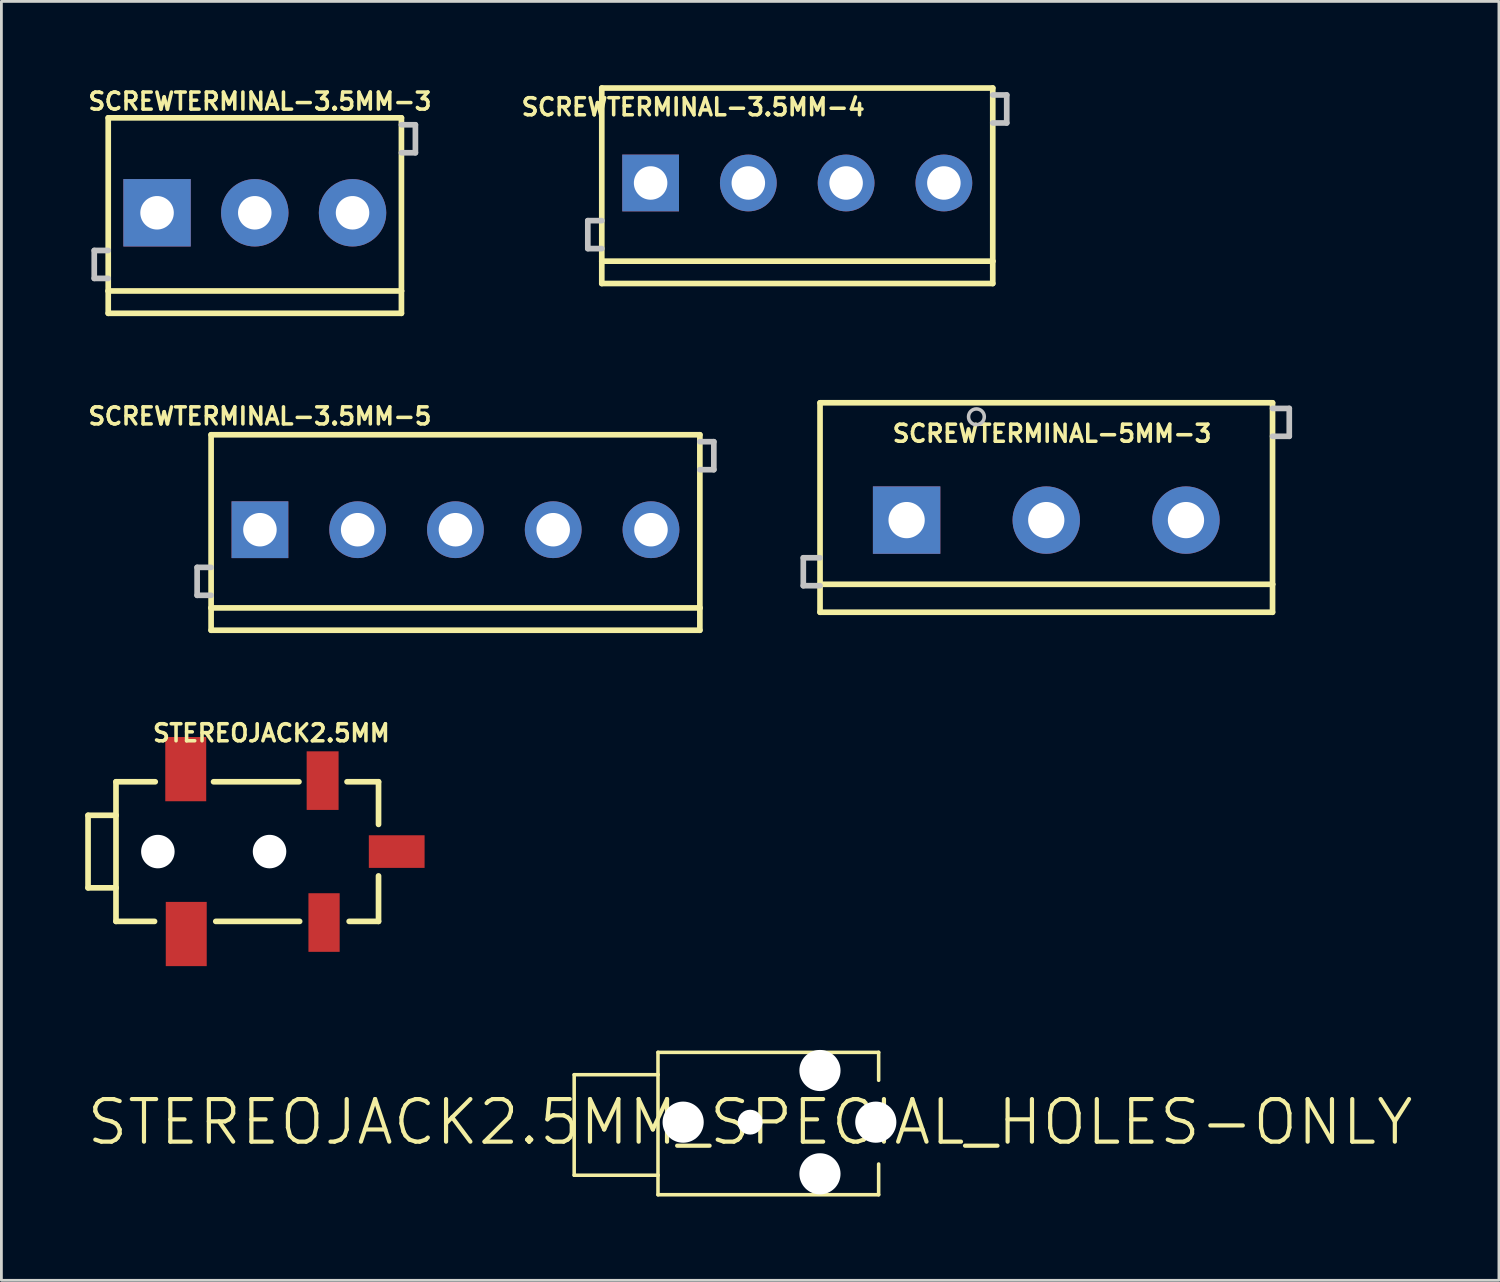
<source format=kicad_pcb>
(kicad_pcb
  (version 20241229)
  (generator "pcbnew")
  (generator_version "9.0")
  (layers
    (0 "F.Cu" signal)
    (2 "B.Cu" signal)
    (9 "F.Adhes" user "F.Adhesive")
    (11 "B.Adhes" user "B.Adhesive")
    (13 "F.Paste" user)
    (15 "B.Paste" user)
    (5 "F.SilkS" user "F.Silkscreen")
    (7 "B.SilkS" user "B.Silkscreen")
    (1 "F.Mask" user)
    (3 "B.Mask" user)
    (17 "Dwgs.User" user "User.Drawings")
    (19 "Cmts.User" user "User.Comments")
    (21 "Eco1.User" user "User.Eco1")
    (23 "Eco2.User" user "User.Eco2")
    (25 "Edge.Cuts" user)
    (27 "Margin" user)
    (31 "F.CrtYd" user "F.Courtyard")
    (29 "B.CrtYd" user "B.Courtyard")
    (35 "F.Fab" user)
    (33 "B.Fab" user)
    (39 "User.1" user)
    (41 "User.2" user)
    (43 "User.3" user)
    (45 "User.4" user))
  (footprint "SCREWTERMINAL-5MM-3"
    (layer "F.Cu")
    (at 29.404 15.568)
    (property "Reference" "SCREWTERMINAL-5MM-3" (at 5.207 -3.099 0) (layer "F.SilkS") (effects (font (size 0.61 0.61) (thickness 0.127))))
    (attr exclude_from_pos_files exclude_from_bom)
    (fp_line (start -3.099 -4.199) (end 13.099 -4.199) (stroke (width 0.203) (type solid)) (layer "F.SilkS"))
    (fp_line (start -3.099 2.299) (end -3.099 -4.199) (stroke (width 0.203) (type solid)) (layer "F.SilkS"))
    (fp_line (start -3.099 3.299) (end -3.099 2.299) (stroke (width 0.203) (type solid)) (layer "F.SilkS"))
    (fp_line (start 13.099 -4.199) (end 13.099 2.299) (stroke (width 0.203) (type solid)) (layer "F.SilkS"))
    (fp_line (start 13.099 2.299) (end -3.099 2.299) (stroke (width 0.203) (type solid)) (layer "F.SilkS"))
    (fp_line (start 13.099 2.299) (end 13.099 3.299) (stroke (width 0.203) (type solid)) (layer "F.SilkS"))
    (fp_line (start 13.099 3.299) (end -3.099 3.299) (stroke (width 0.203) (type solid)) (layer "F.SilkS"))
    (fp_line (start -3.698 1.349) (end -3.698 2.349) (stroke (width 0.203) (type solid)) (layer "Dwgs.User"))
    (fp_line (start -3.698 2.349) (end -3.099 2.349) (stroke (width 0.203) (type solid)) (layer "Dwgs.User"))
    (fp_line (start -3.099 1.349) (end -3.698 1.349) (stroke (width 0.203) (type solid)) (layer "Dwgs.User"))
    (fp_line (start 13.099 -3.998) (end 13.698 -3.998) (stroke (width 0.203) (type solid)) (layer "Dwgs.User"))
    (fp_line (start 13.698 -3.998) (end 13.698 -3) (stroke (width 0.203) (type solid)) (layer "Dwgs.User"))
    (fp_line (start 13.698 -3) (end 13.099 -3) (stroke (width 0.203) (type solid)) (layer "Dwgs.User"))
    (fp_circle (center 2.499 -3.698) (end 2.499 -3.98) (stroke (width 0.127) (type solid)) (fill no) (layer "Dwgs.User"))
    (pad "1" thru_hole rect (at 0 0) (size 2.413 2.413) (drill 1.298) (layers "*.Cu" "*.Paste" "*.Mask"))
    (pad "2" thru_hole circle (at 4.999 0) (size 2.413 2.413) (drill 1.298) (layers "*.Cu" "*.Paste" "*.Mask"))
    (pad "3" thru_hole circle (at 10 0) (size 2.413 2.413) (drill 1.298) (layers "*.Cu" "*.Paste" "*.Mask")))
  (footprint "STEREOJACK2.5MM"
    (layer "F.Cu")
    (at 2.601 27.434)
    (property "Reference" "STEREOJACK2.5MM" (at 4.064 -4.242 0) (layer "F.SilkS") (effects (font (size 0.61 0.61) (thickness 0.127))))
    (attr smd)
    (fp_line (start -2.499 -1.298) (end -2.499 1.298) (stroke (width 0.203) (type solid)) (layer "F.SilkS"))
    (fp_line (start -2.499 -1.298) (end -1.499 -1.298) (stroke (width 0.203) (type solid)) (layer "F.SilkS"))
    (fp_line (start -2.499 1.298) (end -1.499 1.298) (stroke (width 0.203) (type solid)) (layer "F.SilkS"))
    (fp_line (start -1.499 -2.499) (end -0.094 -2.499) (stroke (width 0.203) (type solid)) (layer "F.SilkS"))
    (fp_line (start -1.499 -1.298) (end -1.499 -2.499) (stroke (width 0.203) (type solid)) (layer "F.SilkS"))
    (fp_line (start -1.499 -1.298) (end -1.499 1.298) (stroke (width 0.203) (type solid)) (layer "F.SilkS"))
    (fp_line (start -1.499 1.298) (end -1.499 2.499) (stroke (width 0.203) (type solid)) (layer "F.SilkS"))
    (fp_line (start -1.499 2.499) (end -0.119 2.499) (stroke (width 0.203) (type solid)) (layer "F.SilkS"))
    (fp_line (start 1.994 -2.499) (end 5.05 -2.499) (stroke (width 0.203) (type solid)) (layer "F.SilkS"))
    (fp_line (start 2.073 2.499) (end 5.075 2.499) (stroke (width 0.203) (type solid)) (layer "F.SilkS"))
    (fp_line (start 6.772 -2.499) (end 7.899 -2.499) (stroke (width 0.203) (type solid)) (layer "F.SilkS"))
    (fp_line (start 6.848 2.499) (end 7.899 2.499) (stroke (width 0.203) (type solid)) (layer "F.SilkS"))
    (fp_line (start 7.899 -2.499) (end 7.899 -0.973) (stroke (width 0.203) (type solid)) (layer "F.SilkS"))
    (fp_line (start 7.899 2.499) (end 7.899 0.871) (stroke (width 0.203) (type solid)) (layer "F.SilkS"))
    (pad "" np_thru_hole circle (at 0 0) (size 1.199 1.199) (drill 1.199) (layers "*.Cu" "*.Mask"))
    (pad "" np_thru_hole circle (at 3.998 0) (size 1.199 1.199) (drill 1.199) (layers "*.Cu" "*.Mask"))
    (pad "1" smd rect (at 5.898 -2.54 90) (size 2.098 1.143) (layers "F.Cu" "F.Mask" "F.Paste"))
    (pad "3" smd rect (at 8.55 0 180) (size 1.996 1.168) (layers "F.Cu" "F.Mask" "F.Paste"))
    (pad "4" smd rect (at 5.949 2.54 90) (size 2.098 1.118) (layers "F.Cu" "F.Mask" "F.Paste"))
    (pad "5" smd rect (at 0.998 -2.951) (size 1.466 2.299) (layers "F.Cu" "F.Mask" "F.Paste"))
    (pad "A" smd rect (at 1.016 2.951) (size 1.466 2.299) (layers "F.Cu" "F.Mask" "F.Paste")))
  (footprint "SCREWTERMINAL-3.5MM-4"
    (layer "F.Cu")
    (at 20.24 3.5)
    (property "Reference" "SCREWTERMINAL-3.5MM-4" (at 1.524 -2.718 0) (layer "F.SilkS") (effects (font (size 0.61 0.61) (thickness 0.127))))
    (attr exclude_from_pos_files exclude_from_bom)
    (fp_line (start -1.748 -3.399) (end 12.248 -3.399) (stroke (width 0.203) (type solid)) (layer "F.SilkS"))
    (fp_line (start -1.748 2.799) (end -1.748 -3.399) (stroke (width 0.203) (type solid)) (layer "F.SilkS"))
    (fp_line (start -1.748 3.599) (end -1.748 2.799) (stroke (width 0.203) (type solid)) (layer "F.SilkS"))
    (fp_line (start 12.248 -3.399) (end 12.248 2.799) (stroke (width 0.203) (type solid)) (layer "F.SilkS"))
    (fp_line (start 12.248 2.799) (end -1.748 2.799) (stroke (width 0.203) (type solid)) (layer "F.SilkS"))
    (fp_line (start 12.248 2.799) (end 12.248 3.599) (stroke (width 0.203) (type solid)) (layer "F.SilkS"))
    (fp_line (start 12.248 3.599) (end -1.748 3.599) (stroke (width 0.203) (type solid)) (layer "F.SilkS"))
    (fp_line (start -2.248 1.349) (end -2.248 2.349) (stroke (width 0.203) (type solid)) (layer "Dwgs.User"))
    (fp_line (start -2.248 2.349) (end -1.748 2.349) (stroke (width 0.203) (type solid)) (layer "Dwgs.User"))
    (fp_line (start -1.748 1.349) (end -2.248 1.349) (stroke (width 0.203) (type solid)) (layer "Dwgs.User"))
    (fp_line (start 12.248 -3.15) (end 12.748 -3.15) (stroke (width 0.203) (type solid)) (layer "Dwgs.User"))
    (fp_line (start 12.748 -3.15) (end 12.748 -2.149) (stroke (width 0.203) (type solid)) (layer "Dwgs.User"))
    (fp_line (start 12.748 -2.149) (end 12.248 -2.149) (stroke (width 0.203) (type solid)) (layer "Dwgs.User"))
    (fp_circle (center 0 0) (end 0 -0.424) (stroke (width 0) (type solid)) (fill yes) (layer "Dwgs.User"))
    (fp_circle (center 3.498 0) (end 3.498 -0.424) (stroke (width 0) (type solid)) (fill yes) (layer "Dwgs.User"))
    (fp_circle (center 6.998 0) (end 6.998 -0.424) (stroke (width 0) (type solid)) (fill yes) (layer "Dwgs.User"))
    (fp_circle (center 10.498 0) (end 10.498 -0.424) (stroke (width 0) (type solid)) (fill yes) (layer "Dwgs.User"))
    (pad "1" thru_hole rect (at 0 0) (size 2.032 2.032) (drill 1.199) (layers "*.Cu" "*.Paste" "*.Mask"))
    (pad "2" thru_hole circle (at 3.498 0) (size 2.032 2.032) (drill 1.199) (layers "*.Cu" "*.Paste" "*.Mask"))
    (pad "3" thru_hole circle (at 6.998 0) (size 2.032 2.032) (drill 1.199) (layers "*.Cu" "*.Paste" "*.Mask"))
    (pad "4" thru_hole circle (at 10.498 0) (size 2.032 2.032) (drill 1.199) (layers "*.Cu" "*.Paste" "*.Mask")))
  (footprint "SCREWTERMINAL-3.5MM-5"
    (layer "F.Cu")
    (at 6.255 15.912)
    (property "Reference" "SCREWTERMINAL-3.5MM-5" (at 0 -4.064 0) (layer "F.SilkS") (effects (font (size 0.61 0.61) (thickness 0.127))))
    (attr exclude_from_pos_files exclude_from_bom)
    (fp_line (start -1.748 -3.399) (end 15.748 -3.399) (stroke (width 0.203) (type solid)) (layer "F.SilkS"))
    (fp_line (start -1.748 2.799) (end -1.748 -3.399) (stroke (width 0.203) (type solid)) (layer "F.SilkS"))
    (fp_line (start -1.748 3.599) (end -1.748 2.799) (stroke (width 0.203) (type solid)) (layer "F.SilkS"))
    (fp_line (start 15.748 -3.399) (end 15.748 2.799) (stroke (width 0.203) (type solid)) (layer "F.SilkS"))
    (fp_line (start 15.748 2.799) (end -1.748 2.799) (stroke (width 0.203) (type solid)) (layer "F.SilkS"))
    (fp_line (start 15.748 2.799) (end 15.748 3.599) (stroke (width 0.203) (type solid)) (layer "F.SilkS"))
    (fp_line (start 15.748 3.599) (end -1.748 3.599) (stroke (width 0.203) (type solid)) (layer "F.SilkS"))
    (fp_line (start -2.248 1.349) (end -2.248 2.349) (stroke (width 0.203) (type solid)) (layer "Dwgs.User"))
    (fp_line (start -2.248 2.349) (end -1.748 2.349) (stroke (width 0.203) (type solid)) (layer "Dwgs.User"))
    (fp_line (start -1.748 1.349) (end -2.248 1.349) (stroke (width 0.203) (type solid)) (layer "Dwgs.User"))
    (fp_line (start 15.748 -3.15) (end 16.248 -3.15) (stroke (width 0.203) (type solid)) (layer "Dwgs.User"))
    (fp_line (start 16.248 -3.15) (end 16.248 -2.149) (stroke (width 0.203) (type solid)) (layer "Dwgs.User"))
    (fp_line (start 16.248 -2.149) (end 15.748 -2.149) (stroke (width 0.203) (type solid)) (layer "Dwgs.User"))
    (pad "1" thru_hole rect (at 0 0) (size 2.032 2.032) (drill 1.199) (layers "*.Cu" "*.Paste" "*.Mask"))
    (pad "2" thru_hole circle (at 3.498 0) (size 2.032 2.032) (drill 1.199) (layers "*.Cu" "*.Paste" "*.Mask"))
    (pad "3" thru_hole circle (at 6.998 0) (size 2.032 2.032) (drill 1.199) (layers "*.Cu" "*.Paste" "*.Mask"))
    (pad "4" thru_hole circle (at 10.498 0) (size 2.032 2.032) (drill 1.199) (layers "*.Cu" "*.Paste" "*.Mask"))
    (pad "5" thru_hole circle (at 13.998 0) (size 2.032 2.032) (drill 1.199) (layers "*.Cu" "*.Paste" "*.Mask")))
  (footprint "SCREWTERMINAL-3.5MM-3"
    (layer "F.Cu")
    (at 2.572 4.567)
    (property "Reference" "SCREWTERMINAL-3.5MM-3" (at 3.683 -3.988 0) (layer "F.SilkS") (effects (font (size 0.61 0.61) (thickness 0.127))))
    (attr exclude_from_pos_files exclude_from_bom)
    (fp_line (start -1.748 -3.399) (end 8.748 -3.399) (stroke (width 0.203) (type solid)) (layer "F.SilkS"))
    (fp_line (start -1.748 2.799) (end -1.748 -3.399) (stroke (width 0.203) (type solid)) (layer "F.SilkS"))
    (fp_line (start -1.748 3.599) (end -1.748 2.799) (stroke (width 0.203) (type solid)) (layer "F.SilkS"))
    (fp_line (start 8.748 -3.399) (end 8.748 2.799) (stroke (width 0.203) (type solid)) (layer "F.SilkS"))
    (fp_line (start 8.748 2.799) (end -1.748 2.799) (stroke (width 0.203) (type solid)) (layer "F.SilkS"))
    (fp_line (start 8.748 2.799) (end 8.748 3.599) (stroke (width 0.203) (type solid)) (layer "F.SilkS"))
    (fp_line (start 8.748 3.599) (end -1.748 3.599) (stroke (width 0.203) (type solid)) (layer "F.SilkS"))
    (fp_line (start -2.248 1.349) (end -2.248 2.349) (stroke (width 0.203) (type solid)) (layer "Dwgs.User"))
    (fp_line (start -2.248 2.349) (end -1.748 2.349) (stroke (width 0.203) (type solid)) (layer "Dwgs.User"))
    (fp_line (start -1.748 1.349) (end -2.248 1.349) (stroke (width 0.203) (type solid)) (layer "Dwgs.User"))
    (fp_line (start 8.748 -3.15) (end 9.248 -3.15) (stroke (width 0.203) (type solid)) (layer "Dwgs.User"))
    (fp_line (start 9.248 -3.15) (end 9.248 -2.149) (stroke (width 0.203) (type solid)) (layer "Dwgs.User"))
    (fp_line (start 9.248 -2.149) (end 8.748 -2.149) (stroke (width 0.203) (type solid)) (layer "Dwgs.User"))
    (pad "1" thru_hole rect (at 0 0) (size 2.413 2.413) (drill 1.199) (layers "*.Cu" "*.Paste" "*.Mask"))
    (pad "2" thru_hole circle (at 3.498 0) (size 2.413 2.413) (drill 1.199) (layers "*.Cu" "*.Paste" "*.Mask"))
    (pad "3" thru_hole circle (at 6.998 0) (size 2.413 2.413) (drill 1.199) (layers "*.Cu" "*.Paste" "*.Mask")))
  (footprint "STEREOJACK2.5MM_SPECIAL_HOLES-ONLY"
    (layer "F.Cu")
    (at 23.803 37.12)
    (property "Reference" "STEREOJACK2.5MM_SPECIAL_HOLES-ONLY" (at 0 0 0) (layer "F.SilkS") (effects (font (size 1.524 1.524) (thickness 0.15))))
    (attr exclude_from_pos_files exclude_from_bom)
    (fp_line (start -6.299 -1.699) (end -6.299 1.9) (stroke (width 0.127) (type solid)) (layer "F.SilkS"))
    (fp_line (start -6.299 1.9) (end -3.299 1.9) (stroke (width 0.127) (type solid)) (layer "F.SilkS"))
    (fp_line (start -3.299 -2.499) (end -3.299 -1.699) (stroke (width 0.127) (type solid)) (layer "F.SilkS"))
    (fp_line (start -3.299 -1.699) (end -6.299 -1.699) (stroke (width 0.127) (type solid)) (layer "F.SilkS"))
    (fp_line (start -3.299 -1.699) (end -3.299 1.9) (stroke (width 0.127) (type solid)) (layer "F.SilkS"))
    (fp_line (start -3.299 1.9) (end -3.299 2.598) (stroke (width 0.127) (type solid)) (layer "F.SilkS"))
    (fp_line (start -3.299 2.598) (end 4.6 2.598) (stroke (width 0.127) (type solid)) (layer "F.SilkS"))
    (fp_line (start 4.6 -2.499) (end -3.299 -2.499) (stroke (width 0.127) (type solid)) (layer "F.SilkS"))
    (fp_line (start 4.6 -1.499) (end 4.6 -2.499) (stroke (width 0.127) (type solid)) (layer "F.SilkS"))
    (fp_line (start 4.6 2.598) (end 4.6 1.499) (stroke (width 0.127) (type solid)) (layer "F.SilkS"))
    (pad "" np_thru_hole circle (at -2.398 0) (size 1.473 1.473) (drill 1.473) (layers "*.Cu" "*.Mask"))
    (pad "" np_thru_hole circle (at 0 0) (size 0.889 0.889) (drill 0.889) (layers "*.Cu" "*.Mask"))
    (pad "" np_thru_hole circle (at 2.499 -1.849) (size 1.473 1.473) (drill 1.473) (layers "*.Cu" "*.Mask"))
    (pad "" np_thru_hole circle (at 2.499 1.849) (size 1.473 1.473) (drill 1.473) (layers "*.Cu" "*.Mask"))
    (pad "" np_thru_hole circle (at 4.498 0) (size 1.473 1.473) (drill 1.473) (layers "*.Cu" "*.Mask"))
    (pad "RING" thru_hole circle (at 2.499 -1.849) (size 0.813 0.813) (drill 0.889) (layers "*.Cu" "*.Paste" "*.Mask"))
    (pad "RING" thru_hole circle (at 2.499 1.849) (size 0.813 0.813) (drill 0.889) (layers "*.Cu" "*.Paste" "*.Mask"))
    (pad "SHIE" thru_hole circle (at -2.398 0) (size 0.813 0.813) (drill 0.889) (layers "*.Cu" "*.Paste" "*.Mask"))
    (pad "TIP" thru_hole circle (at 4.498 0) (size 0.813 0.813) (drill 0.889) (layers "*.Cu" "*.Paste" "*.Mask")))
  (gr_rect
    (start -3 -3)
    (end 50.607 42.782)
    (stroke (width 0.1) (type default))
    (fill no)
    (layer "Edge.Cuts")))
</source>
